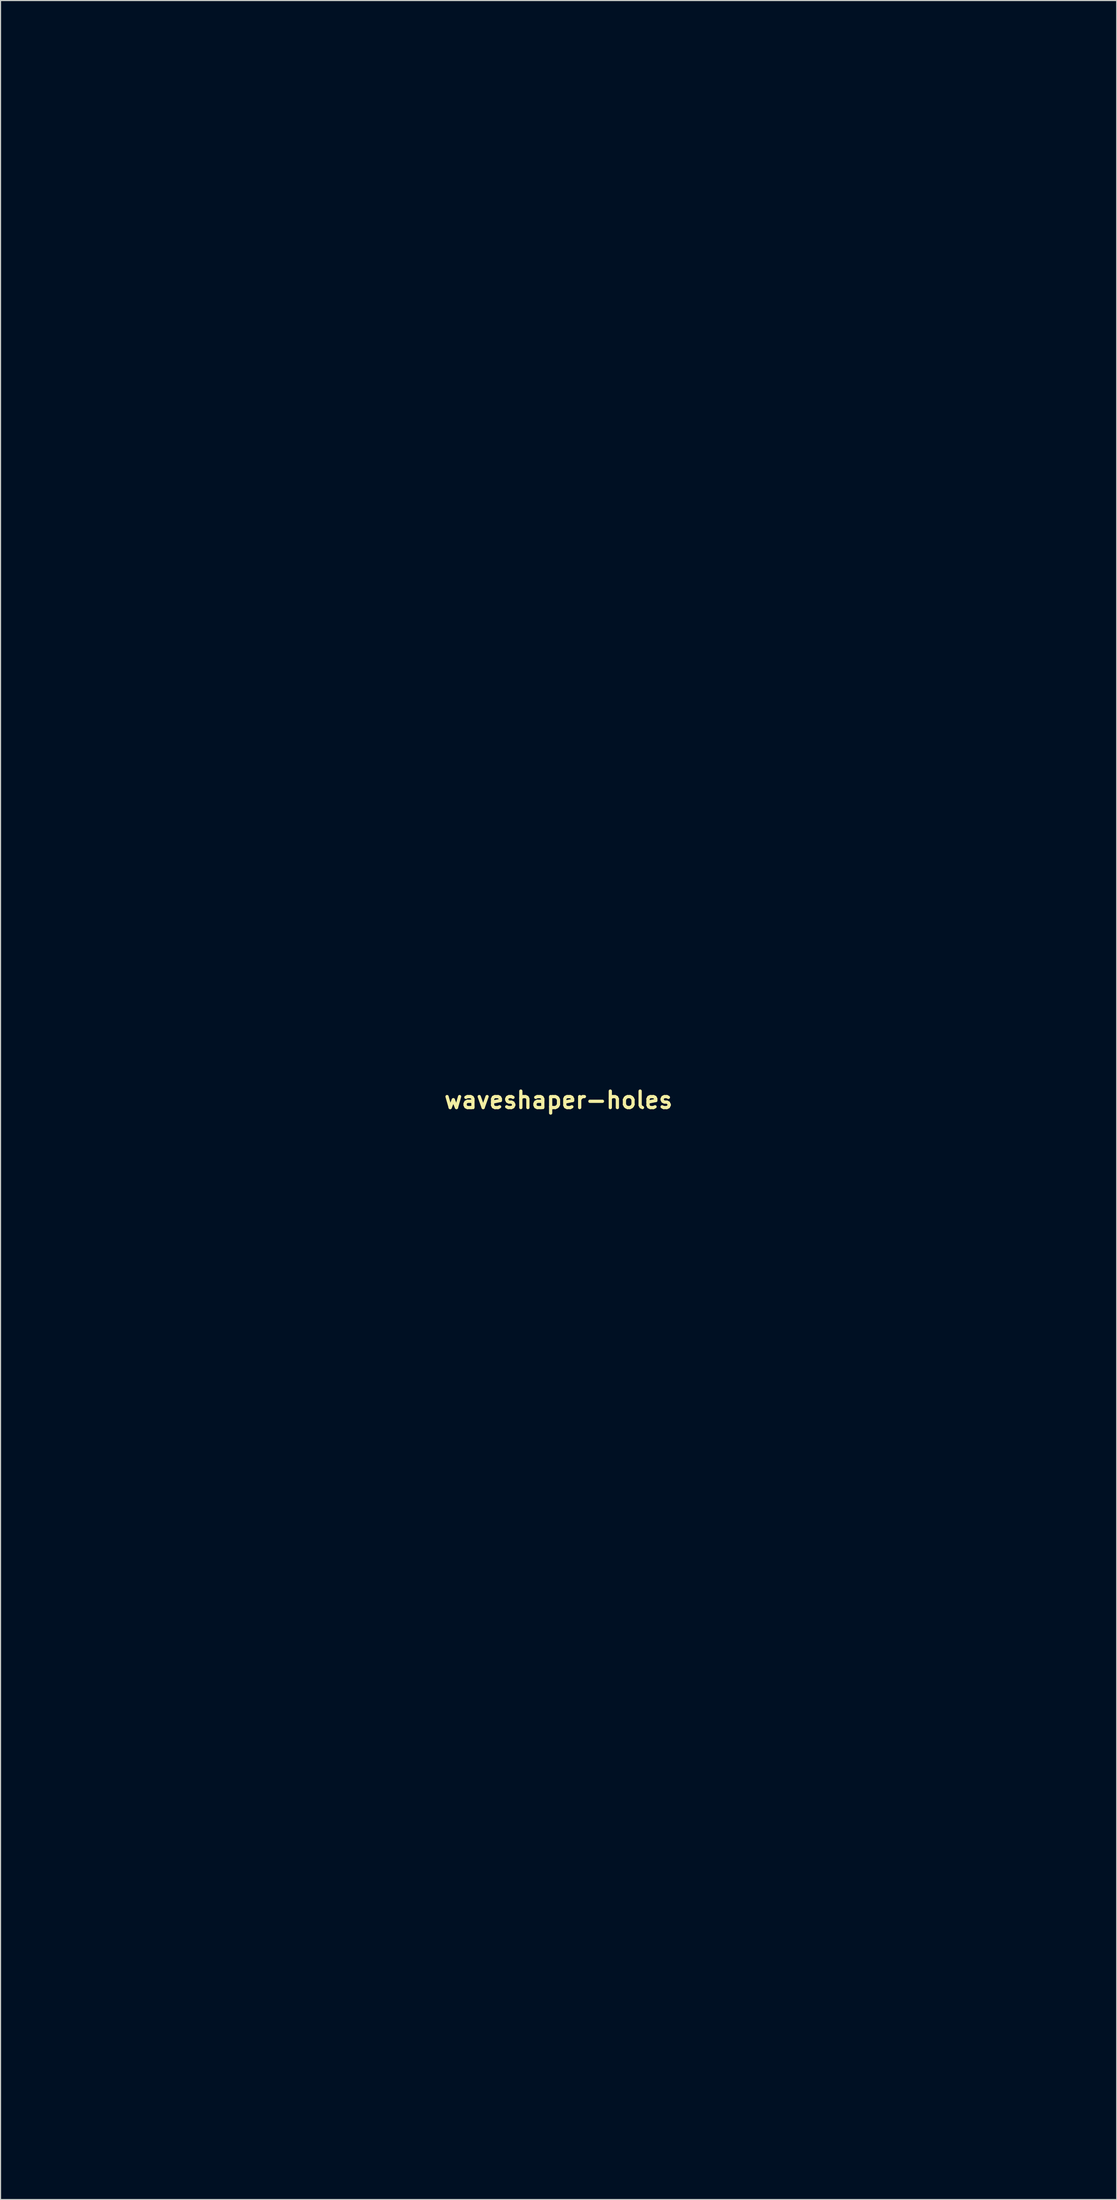
<source format=kicad_pcb>
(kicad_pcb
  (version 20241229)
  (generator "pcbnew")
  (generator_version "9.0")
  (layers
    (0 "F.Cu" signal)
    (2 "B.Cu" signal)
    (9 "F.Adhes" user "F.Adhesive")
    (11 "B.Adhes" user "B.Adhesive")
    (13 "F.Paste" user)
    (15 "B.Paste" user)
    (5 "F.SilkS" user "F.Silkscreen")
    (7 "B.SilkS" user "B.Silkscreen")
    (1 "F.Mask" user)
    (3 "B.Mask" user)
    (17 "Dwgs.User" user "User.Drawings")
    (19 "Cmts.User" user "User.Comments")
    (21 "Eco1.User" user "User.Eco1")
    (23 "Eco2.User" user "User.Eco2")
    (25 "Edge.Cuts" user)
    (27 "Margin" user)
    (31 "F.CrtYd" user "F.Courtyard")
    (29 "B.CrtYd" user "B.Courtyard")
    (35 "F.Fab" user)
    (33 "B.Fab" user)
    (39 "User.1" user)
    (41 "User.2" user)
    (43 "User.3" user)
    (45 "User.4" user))
  (footprint "waveshaper-holes"
    (layer "F.Cu")
    (at 48.588 98.611)
    (property "Reference" "waveshaper-holes" (at 0 0 0) (layer "F.SilkS") (effects (font (size 1.524 1.524) (thickness 0.3))))
    (attr through_hole)
    (fp_poly (pts (xy 45.907 -98.605) (xy 46.168 -98.603) (xy 46.418 -98.601) (xy 46.65 -98.597) (xy 46.859 -98.592) (xy 47.038 -98.586) (xy 47.182 -98.579) (xy 47.285 -98.571) (xy 47.333 -98.565) (xy 47.594 -98.485) (xy 47.837 -98.361) (xy 48.055 -98.197) (xy 48.245 -97.998) (xy 48.4 -97.769) (xy 48.517 -97.515) (xy 48.539 -97.447) (xy 48.575 -97.286) (xy 48.594 -97.099) (xy 48.596 -96.904) (xy 48.581 -96.725) (xy 48.567 -96.647) (xy 48.483 -96.395) (xy 48.358 -96.159) (xy 48.195 -95.946) (xy 48.002 -95.76) (xy 47.784 -95.608) (xy 47.547 -95.496) (xy 47.355 -95.44) (xy 47.29 -95.432) (xy 47.179 -95.425) (xy 47.029 -95.419) (xy 46.845 -95.413) (xy 46.633 -95.409) (xy 46.398 -95.406) (xy 46.146 -95.403) (xy 45.882 -95.402) (xy 45.613 -95.401) (xy 45.343 -95.402) (xy 45.079 -95.403) (xy 44.826 -95.406) (xy 44.589 -95.409) (xy 44.374 -95.413) (xy 44.187 -95.419) (xy 44.034 -95.425) (xy 43.919 -95.432) (xy 43.849 -95.44) (xy 43.845 -95.441) (xy 43.606 -95.518) (xy 43.377 -95.638) (xy 43.165 -95.796) (xy 42.979 -95.984) (xy 42.828 -96.196) (xy 42.776 -96.291) (xy 42.67 -96.559) (xy 42.614 -96.826) (xy 42.608 -97.095) (xy 42.653 -97.366) (xy 42.748 -97.642) (xy 42.779 -97.712) (xy 42.911 -97.932) (xy 43.083 -98.131) (xy 43.288 -98.301) (xy 43.517 -98.438) (xy 43.763 -98.535) (xy 43.879 -98.565) (xy 43.947 -98.573) (xy 44.061 -98.581) (xy 44.214 -98.588) (xy 44.401 -98.593) (xy 44.615 -98.598) (xy 44.852 -98.601) (xy 45.105 -98.604) (xy 45.369 -98.605) (xy 45.638 -98.606) (xy 45.907 -98.605)) (stroke (width 0.01) (type solid)) (fill no) (layer "Eco1.User"))
    (fp_poly (pts (xy 46.671 95.406) (xy 46.86 95.409) (xy 47.019 95.413) (xy 47.151 95.419) (xy 47.261 95.428) (xy 47.352 95.439) (xy 47.429 95.454) (xy 47.496 95.471) (xy 47.557 95.492) (xy 47.616 95.517) (xy 47.677 95.547) (xy 47.72 95.568) (xy 47.961 95.716) (xy 48.167 95.898) (xy 48.336 96.108) (xy 48.467 96.341) (xy 48.556 96.591) (xy 48.602 96.855) (xy 48.603 97.126) (xy 48.556 97.399) (xy 48.519 97.52) (xy 48.42 97.753) (xy 48.288 97.958) (xy 48.115 98.148) (xy 48.098 98.164) (xy 47.957 98.286) (xy 47.821 98.38) (xy 47.67 98.456) (xy 47.508 98.519) (xy 47.307 98.59) (xy 45.682 98.594) (xy 45.395 98.594) (xy 45.12 98.594) (xy 44.862 98.593) (xy 44.625 98.591) (xy 44.414 98.589) (xy 44.234 98.586) (xy 44.09 98.583) (xy 43.986 98.58) (xy 43.927 98.576) (xy 43.921 98.575) (xy 43.715 98.519) (xy 43.503 98.426) (xy 43.298 98.303) (xy 43.115 98.158) (xy 42.975 98.011) (xy 42.818 97.78) (xy 42.709 97.537) (xy 42.645 97.277) (xy 42.625 96.995) (xy 42.627 96.926) (xy 42.661 96.641) (xy 42.741 96.378) (xy 42.864 96.138) (xy 43.03 95.925) (xy 43.237 95.74) (xy 43.484 95.583) (xy 43.732 95.472) (xy 43.762 95.46) (xy 43.793 95.451) (xy 43.827 95.443) (xy 43.87 95.436) (xy 43.925 95.43) (xy 43.996 95.426) (xy 44.087 95.422) (xy 44.202 95.419) (xy 44.345 95.416) (xy 44.52 95.414) (xy 44.731 95.412) (xy 44.982 95.411) (xy 45.276 95.409) (xy 45.529 95.408) (xy 45.881 95.406) (xy 46.186 95.405) (xy 46.448 95.405) (xy 46.671 95.406)) (stroke (width 0.01) (type solid)) (fill no) (layer "Eco1.User"))
    (fp_poly (pts (xy -46.062 95.406) (xy -45.742 95.407) (xy -45.504 95.408) (xy -45.174 95.41) (xy -44.89 95.411) (xy -44.65 95.413) (xy -44.448 95.415) (xy -44.282 95.417) (xy -44.146 95.419) (xy -44.037 95.423) (xy -43.951 95.427) (xy -43.885 95.431) (xy -43.833 95.437) (xy -43.793 95.445) (xy -43.759 95.453) (xy -43.729 95.463) (xy -43.706 95.472) (xy -43.438 95.593) (xy -43.209 95.74) (xy -43.016 95.917) (xy -42.865 96.107) (xy -42.742 96.318) (xy -42.66 96.538) (xy -42.613 96.777) (xy -42.602 96.926) (xy -42.603 97.153) (xy -42.629 97.351) (xy -42.685 97.539) (xy -42.773 97.736) (xy -42.779 97.746) (xy -42.928 97.979) (xy -43.117 98.182) (xy -43.343 98.352) (xy -43.603 98.487) (xy -43.692 98.522) (xy -43.879 98.59) (xy -45.517 98.595) (xy -45.865 98.596) (xy -46.166 98.596) (xy -46.423 98.596) (xy -46.639 98.594) (xy -46.819 98.593) (xy -46.966 98.59) (xy -47.083 98.586) (xy -47.174 98.581) (xy -47.243 98.576) (xy -47.292 98.569) (xy -47.307 98.566) (xy -47.585 98.479) (xy -47.836 98.35) (xy -48.058 98.182) (xy -48.247 97.978) (xy -48.399 97.742) (xy -48.512 97.477) (xy -48.525 97.434) (xy -48.578 97.172) (xy -48.583 96.908) (xy -48.544 96.647) (xy -48.462 96.396) (xy -48.341 96.16) (xy -48.182 95.946) (xy -47.989 95.759) (xy -47.765 95.605) (xy -47.695 95.568) (xy -47.63 95.536) (xy -47.57 95.508) (xy -47.511 95.485) (xy -47.449 95.465) (xy -47.379 95.448) (xy -47.297 95.435) (xy -47.2 95.425) (xy -47.083 95.417) (xy -46.943 95.411) (xy -46.774 95.408) (xy -46.574 95.406) (xy -46.338 95.405) (xy -46.062 95.406)) (stroke (width 0.01) (type solid)) (fill no) (layer "Eco1.User"))
    (fp_poly (pts (xy -45.259 -98.59) (xy -44.971 -98.59) (xy -44.727 -98.589) (xy -44.521 -98.589) (xy -44.35 -98.587) (xy -44.21 -98.585) (xy -44.097 -98.583) (xy -44.007 -98.579) (xy -43.936 -98.575) (xy -43.88 -98.569) (xy -43.835 -98.563) (xy -43.797 -98.554) (xy -43.762 -98.545) (xy -43.726 -98.534) (xy -43.473 -98.428) (xy -43.241 -98.281) (xy -43.036 -98.099) (xy -42.864 -97.887) (xy -42.73 -97.652) (xy -42.639 -97.398) (xy -42.632 -97.368) (xy -42.603 -97.171) (xy -42.599 -96.951) (xy -42.619 -96.73) (xy -42.662 -96.527) (xy -42.68 -96.47) (xy -42.796 -96.214) (xy -42.954 -95.986) (xy -43.152 -95.789) (xy -43.39 -95.622) (xy -43.665 -95.488) (xy -43.706 -95.471) (xy -43.736 -95.46) (xy -43.767 -95.451) (xy -43.801 -95.443) (xy -43.843 -95.436) (xy -43.897 -95.43) (xy -43.967 -95.426) (xy -44.057 -95.422) (xy -44.17 -95.419) (xy -44.311 -95.417) (xy -44.484 -95.415) (xy -44.692 -95.413) (xy -44.939 -95.412) (xy -45.23 -95.411) (xy -45.529 -95.41) (xy -45.864 -95.409) (xy -46.152 -95.408) (xy -46.397 -95.408) (xy -46.603 -95.408) (xy -46.774 -95.409) (xy -46.915 -95.411) (xy -47.029 -95.413) (xy -47.121 -95.417) (xy -47.194 -95.421) (xy -47.253 -95.426) (xy -47.301 -95.433) (xy -47.342 -95.441) (xy -47.381 -95.451) (xy -47.391 -95.453) (xy -47.652 -95.547) (xy -47.887 -95.681) (xy -48.092 -95.848) (xy -48.265 -96.046) (xy -48.404 -96.268) (xy -48.505 -96.509) (xy -48.565 -96.764) (xy -48.583 -97.028) (xy -48.555 -97.297) (xy -48.501 -97.501) (xy -48.432 -97.682) (xy -48.351 -97.834) (xy -48.248 -97.976) (xy -48.152 -98.085) (xy -47.966 -98.259) (xy -47.766 -98.393) (xy -47.536 -98.499) (xy -47.499 -98.512) (xy -47.282 -98.59) (xy -45.593 -98.59) (xy -45.259 -98.59)) (stroke (width 0.01) (type solid)) (fill no) (layer "Eco1.User"))
    (fp_poly (pts (xy 0.306 -60.482) (xy 0.548 -60.458) (xy 0.703 -60.431) (xy 1.122 -60.317) (xy 1.514 -60.159) (xy 1.879 -59.96) (xy 2.214 -59.721) (xy 2.517 -59.443) (xy 2.788 -59.128) (xy 3.022 -58.777) (xy 3.178 -58.484) (xy 3.329 -58.111) (xy 3.434 -57.725) (xy 3.492 -57.322) (xy 3.505 -56.998) (xy 3.481 -56.573) (xy 3.408 -56.164) (xy 3.288 -55.771) (xy 3.123 -55.397) (xy 2.913 -55.044) (xy 2.66 -54.716) (xy 2.365 -54.413) (xy 2.039 -54.146) (xy 1.911 -54.062) (xy 1.751 -53.969) (xy 1.573 -53.876) (xy 1.393 -53.789) (xy 1.227 -53.719) (xy 1.143 -53.688) (xy 0.871 -53.61) (xy 0.573 -53.553) (xy 0.265 -53.516) (xy -0.037 -53.502) (xy -0.315 -53.513) (xy -0.36 -53.518) (xy -0.774 -53.59) (xy -1.17 -53.708) (xy -1.545 -53.87) (xy -1.896 -54.072) (xy -2.22 -54.311) (xy -2.515 -54.586) (xy -2.777 -54.894) (xy -3.003 -55.231) (xy -3.191 -55.596) (xy -3.337 -55.985) (xy -3.416 -56.286) (xy -3.442 -56.445) (xy -3.461 -56.639) (xy -3.472 -56.852) (xy -3.475 -57.07) (xy -3.473 -57.125) (xy -2.489 -57.125) (xy -2.489 -56.871) (xy -0.127 -56.871) (xy -0.127 -54.508) (xy 0.152 -54.508) (xy 0.152 -56.871) (xy 2.515 -56.871) (xy 2.515 -57.125) (xy 0.153 -57.125) (xy 0.14 -59.499) (xy -0.114 -59.499) (xy -0.121 -58.312) (xy -0.128 -57.125) (xy -2.489 -57.125) (xy -3.473 -57.125) (xy -3.469 -57.276) (xy -3.454 -57.457) (xy -3.446 -57.519) (xy -3.355 -57.937) (xy -3.219 -58.334) (xy -3.04 -58.707) (xy -2.819 -59.053) (xy -2.559 -59.371) (xy -2.262 -59.657) (xy -1.928 -59.908) (xy -1.664 -60.068) (xy -1.331 -60.227) (xy -0.974 -60.355) (xy -0.685 -60.43) (xy -0.467 -60.465) (xy -0.218 -60.485) (xy 0.046 -60.491) (xy 0.306 -60.482)) (stroke (width 0.01) (type solid)) (fill no) (layer "Eco1.User"))
    (fp_poly (pts (xy 0.185 -20.485) (xy 0.412 -20.471) (xy 0.615 -20.448) (xy 0.735 -20.426) (xy 1.15 -20.309) (xy 1.538 -20.149) (xy 1.9 -19.945) (xy 2.236 -19.698) (xy 2.416 -19.538) (xy 2.704 -19.231) (xy 2.949 -18.899) (xy 3.152 -18.54) (xy 3.313 -18.151) (xy 3.42 -17.795) (xy 3.459 -17.593) (xy 3.486 -17.358) (xy 3.501 -17.107) (xy 3.502 -16.854) (xy 3.489 -16.618) (xy 3.469 -16.447) (xy 3.378 -16.044) (xy 3.243 -15.661) (xy 3.067 -15.3) (xy 2.853 -14.964) (xy 2.604 -14.655) (xy 2.323 -14.378) (xy 2.013 -14.133) (xy 1.677 -13.925) (xy 1.319 -13.756) (xy 0.942 -13.628) (xy 0.548 -13.546) (xy 0.279 -13.518) (xy 0.127 -13.512) (xy -0.046 -13.511) (xy -0.208 -13.515) (xy -0.254 -13.517) (xy -0.654 -13.568) (xy -1.044 -13.667) (xy -1.419 -13.81) (xy -1.774 -13.996) (xy -2.107 -14.221) (xy -2.412 -14.482) (xy -2.687 -14.778) (xy -2.926 -15.105) (xy -3.121 -15.45) (xy -3.239 -15.71) (xy -3.33 -15.951) (xy -3.394 -16.186) (xy -3.437 -16.429) (xy -3.46 -16.694) (xy -3.467 -16.993) (xy -3.466 -17.12) (xy -2.489 -17.12) (xy -2.489 -16.866) (xy -0.127 -16.866) (xy -0.127 -14.503) (xy 0.152 -14.503) (xy 0.152 -16.866) (xy 2.515 -16.866) (xy 2.515 -17.12) (xy 0.152 -17.12) (xy 0.152 -19.507) (xy -0.127 -19.507) (xy -0.127 -17.12) (xy -2.489 -17.12) (xy -3.466 -17.12) (xy -3.465 -17.208) (xy -3.458 -17.386) (xy -3.444 -17.54) (xy -3.422 -17.681) (xy -3.389 -17.824) (xy -3.343 -17.982) (xy -3.314 -18.074) (xy -3.161 -18.467) (xy -2.966 -18.832) (xy -2.731 -19.168) (xy -2.46 -19.473) (xy -2.155 -19.743) (xy -1.818 -19.977) (xy -1.452 -20.173) (xy -1.059 -20.329) (xy -0.66 -20.437) (xy -0.487 -20.464) (xy -0.279 -20.481) (xy -0.05 -20.488) (xy 0.185 -20.485)) (stroke (width 0.01) (type solid)) (fill no) (layer "Eco1.User"))
    (fp_poly (pts (xy -29.286 70.053) (xy -28.821 70.141) (xy -28.367 70.272) (xy -27.929 70.446) (xy -27.509 70.66) (xy -27.11 70.914) (xy -26.735 71.206) (xy -26.387 71.536) (xy -26.069 71.901) (xy -25.783 72.302) (xy -25.534 72.736) (xy -25.529 72.746) (xy -25.329 73.195) (xy -25.175 73.659) (xy -25.068 74.133) (xy -25.007 74.613) (xy -24.993 75.096) (xy -25.024 75.577) (xy -25.102 76.052) (xy -25.225 76.519) (xy -25.394 76.972) (xy -25.608 77.408) (xy -25.799 77.724) (xy -26.103 78.14) (xy -26.438 78.517) (xy -26.806 78.854) (xy -27.207 79.153) (xy -27.641 79.414) (xy -27.763 79.477) (xy -28.191 79.665) (xy -28.643 79.812) (xy -29.112 79.918) (xy -29.591 79.979) (xy -30.07 79.996) (xy -30.353 79.984) (xy -30.844 79.924) (xy -31.32 79.817) (xy -31.779 79.665) (xy -32.217 79.472) (xy -32.632 79.238) (xy -33.022 78.968) (xy -33.385 78.662) (xy -33.717 78.323) (xy -34.016 77.955) (xy -34.279 77.558) (xy -34.505 77.136) (xy -34.69 76.691) (xy -34.833 76.224) (xy -34.93 75.74) (xy -34.936 75.696) (xy -34.969 75.354) (xy -34.977 74.986) (xy -34.973 74.879) (xy -32.487 74.879) (xy -32.487 75.133) (xy -30.124 75.133) (xy -30.124 77.495) (xy -29.845 77.495) (xy -29.845 75.133) (xy -27.483 75.133) (xy -27.483 74.879) (xy -29.844 74.879) (xy -29.858 72.504) (xy -29.991 72.497) (xy -30.124 72.489) (xy -30.124 74.879) (xy -32.487 74.879) (xy -34.973 74.879) (xy -34.962 74.609) (xy -34.925 74.241) (xy -34.865 73.9) (xy -34.861 73.88) (xy -34.73 73.413) (xy -34.553 72.963) (xy -34.333 72.532) (xy -34.073 72.125) (xy -33.775 71.745) (xy -33.442 71.394) (xy -33.078 71.076) (xy -32.684 70.795) (xy -32.264 70.552) (xy -31.82 70.352) (xy -31.686 70.302) (xy -31.206 70.156) (xy -30.723 70.059) (xy -30.24 70.011) (xy -29.76 70.009) (xy -29.286 70.053)) (stroke (width 0.01) (type solid)) (fill no) (layer "Eco1.User"))
    (fp_poly (pts (xy 30.259 39.517) (xy 30.483 39.535) (xy 30.677 39.564) (xy 30.701 39.569) (xy 31.054 39.66) (xy 31.377 39.778) (xy 31.685 39.929) (xy 31.972 40.105) (xy 32.289 40.347) (xy 32.577 40.628) (xy 32.833 40.941) (xy 33.053 41.282) (xy 33.234 41.645) (xy 33.371 42.024) (xy 33.462 42.414) (xy 33.462 42.416) (xy 33.484 42.592) (xy 33.497 42.798) (xy 33.501 43.017) (xy 33.497 43.233) (xy 33.483 43.429) (xy 33.465 43.564) (xy 33.369 43.978) (xy 33.228 44.37) (xy 33.045 44.738) (xy 32.824 45.078) (xy 32.567 45.388) (xy 32.276 45.667) (xy 31.954 45.91) (xy 31.604 46.115) (xy 31.228 46.28) (xy 30.829 46.401) (xy 30.64 46.442) (xy 30.472 46.466) (xy 30.277 46.483) (xy 30.072 46.493) (xy 29.874 46.495) (xy 29.702 46.487) (xy 29.642 46.481) (xy 29.218 46.405) (xy 28.815 46.284) (xy 28.436 46.12) (xy 28.083 45.915) (xy 27.758 45.673) (xy 27.464 45.395) (xy 27.204 45.083) (xy 26.98 44.74) (xy 26.795 44.368) (xy 26.65 43.969) (xy 26.578 43.688) (xy 26.554 43.541) (xy 26.538 43.357) (xy 26.53 43.15) (xy 26.528 42.934) (xy 26.53 42.875) (xy 27.508 42.875) (xy 27.508 43.129) (xy 29.87 43.129) (xy 29.87 45.491) (xy 30.15 45.491) (xy 30.15 43.129) (xy 32.512 43.129) (xy 32.512 42.875) (xy 30.15 42.875) (xy 30.137 40.5) (xy 29.883 40.5) (xy 29.876 41.688) (xy 29.87 42.875) (xy 27.508 42.875) (xy 26.53 42.875) (xy 26.534 42.723) (xy 26.548 42.529) (xy 26.568 42.367) (xy 26.578 42.318) (xy 26.694 41.9) (xy 26.852 41.508) (xy 27.052 41.143) (xy 27.289 40.809) (xy 27.562 40.506) (xy 27.869 40.238) (xy 28.207 40.006) (xy 28.574 39.814) (xy 28.968 39.663) (xy 29.381 39.556) (xy 29.566 39.529) (xy 29.785 39.514) (xy 30.021 39.51) (xy 30.259 39.517)) (stroke (width 0.01) (type solid)) (fill no) (layer "Eco1.User"))
    (fp_poly (pts (xy 30.474 70.022) (xy 30.957 70.092) (xy 31.43 70.208) (xy 31.89 70.37) (xy 32.333 70.576) (xy 32.756 70.825) (xy 33.154 71.115) (xy 33.524 71.446) (xy 33.554 71.476) (xy 33.891 71.85) (xy 34.187 72.253) (xy 34.44 72.681) (xy 34.648 73.133) (xy 34.811 73.606) (xy 34.928 74.098) (xy 34.962 74.298) (xy 34.983 74.491) (xy 34.995 74.718) (xy 35 74.964) (xy 34.997 75.213) (xy 34.986 75.449) (xy 34.967 75.657) (xy 34.961 75.696) (xy 34.869 76.182) (xy 34.731 76.648) (xy 34.551 77.093) (xy 34.331 77.515) (xy 34.073 77.911) (xy 33.781 78.279) (xy 33.457 78.617) (xy 33.102 78.924) (xy 32.722 79.196) (xy 32.316 79.432) (xy 31.889 79.63) (xy 31.443 79.788) (xy 30.98 79.903) (xy 30.504 79.974) (xy 30.016 79.998) (xy 29.642 79.984) (xy 29.149 79.922) (xy 28.67 79.813) (xy 28.209 79.66) (xy 27.769 79.464) (xy 27.351 79.228) (xy 26.959 78.954) (xy 26.595 78.644) (xy 26.261 78.301) (xy 25.962 77.927) (xy 25.698 77.523) (xy 25.473 77.093) (xy 25.29 76.639) (xy 25.157 76.187) (xy 25.068 75.724) (xy 25.024 75.247) (xy 25.025 74.879) (xy 27.508 74.879) (xy 27.508 75.133) (xy 29.87 75.133) (xy 29.87 77.495) (xy 30.15 77.495) (xy 30.15 75.133) (xy 32.512 75.133) (xy 32.512 74.879) (xy 30.15 74.879) (xy 30.15 72.489) (xy 30.016 72.497) (xy 29.883 72.504) (xy 29.876 73.692) (xy 29.87 74.879) (xy 27.508 74.879) (xy 25.025 74.879) (xy 25.025 74.766) (xy 25.069 74.287) (xy 25.156 73.819) (xy 25.286 73.369) (xy 25.325 73.262) (xy 25.523 72.802) (xy 25.764 72.369) (xy 26.043 71.966) (xy 26.358 71.594) (xy 26.706 71.255) (xy 27.085 70.953) (xy 27.492 70.688) (xy 27.925 70.463) (xy 28.379 70.28) (xy 28.854 70.141) (xy 29.346 70.048) (xy 29.495 70.029) (xy 29.986 70.001) (xy 30.474 70.022)) (stroke (width 0.01) (type solid)) (fill no) (layer "Eco1.User"))
    (fp_poly (pts (xy -29.343 -61.956) (xy -28.879 -61.874) (xy -28.425 -61.747) (xy -27.985 -61.579) (xy -27.56 -61.368) (xy -27.156 -61.117) (xy -26.774 -60.826) (xy -26.418 -60.496) (xy -26.091 -60.128) (xy -25.796 -59.723) (xy -25.788 -59.711) (xy -25.545 -59.292) (xy -25.345 -58.851) (xy -25.19 -58.392) (xy -25.079 -57.92) (xy -25.014 -57.439) (xy -24.994 -56.953) (xy -25.02 -56.468) (xy -25.094 -55.987) (xy -25.214 -55.515) (xy -25.274 -55.336) (xy -25.462 -54.877) (xy -25.692 -54.445) (xy -25.96 -54.042) (xy -26.264 -53.669) (xy -26.6 -53.329) (xy -26.965 -53.024) (xy -27.358 -52.754) (xy -27.774 -52.522) (xy -28.21 -52.331) (xy -28.665 -52.181) (xy -29.135 -52.075) (xy -29.616 -52.014) (xy -30.107 -52.001) (xy -30.467 -52.022) (xy -30.929 -52.091) (xy -31.39 -52.206) (xy -31.845 -52.365) (xy -32.283 -52.565) (xy -32.698 -52.802) (xy -32.994 -53.007) (xy -33.135 -53.12) (xy -33.295 -53.262) (xy -33.462 -53.418) (xy -33.623 -53.579) (xy -33.766 -53.732) (xy -33.865 -53.847) (xy -34.163 -54.256) (xy -34.417 -54.692) (xy -34.628 -55.152) (xy -34.794 -55.635) (xy -34.89 -56.016) (xy -34.925 -56.224) (xy -34.951 -56.468) (xy -34.968 -56.733) (xy -34.975 -57.005) (xy -34.974 -57.125) (xy -32.487 -57.125) (xy -32.487 -56.871) (xy -30.124 -56.871) (xy -30.124 -54.508) (xy -29.845 -54.508) (xy -29.845 -56.871) (xy -27.483 -56.871) (xy -27.483 -57.125) (xy -29.844 -57.125) (xy -29.858 -59.499) (xy -30.112 -59.499) (xy -30.118 -58.312) (xy -30.125 -57.125) (xy -32.487 -57.125) (xy -34.974 -57.125) (xy -34.972 -57.27) (xy -34.958 -57.514) (xy -34.939 -57.683) (xy -34.843 -58.179) (xy -34.7 -58.657) (xy -34.514 -59.114) (xy -34.285 -59.548) (xy -34.016 -59.956) (xy -33.709 -60.335) (xy -33.366 -60.682) (xy -32.988 -60.996) (xy -32.578 -61.272) (xy -32.169 -61.494) (xy -31.709 -61.69) (xy -31.24 -61.837) (xy -30.766 -61.936) (xy -30.29 -61.989) (xy -29.815 -61.995) (xy -29.343 -61.956)) (stroke (width 0.01) (type solid)) (fill no) (layer "Eco1.User"))
    (fp_poly (pts (xy -29.343 38.043) (xy -28.879 38.126) (xy -28.425 38.252) (xy -27.985 38.421) (xy -27.56 38.632) (xy -27.156 38.883) (xy -26.774 39.174) (xy -26.418 39.504) (xy -26.091 39.872) (xy -25.796 40.277) (xy -25.788 40.289) (xy -25.545 40.708) (xy -25.345 41.149) (xy -25.19 41.607) (xy -25.079 42.08) (xy -25.014 42.561) (xy -24.994 43.047) (xy -25.02 43.532) (xy -25.094 44.013) (xy -25.214 44.485) (xy -25.274 44.664) (xy -25.462 45.123) (xy -25.692 45.555) (xy -25.96 45.958) (xy -26.264 46.33) (xy -26.6 46.671) (xy -26.965 46.976) (xy -27.358 47.246) (xy -27.774 47.477) (xy -28.21 47.669) (xy -28.665 47.819) (xy -29.135 47.925) (xy -29.616 47.985) (xy -30.107 47.999) (xy -30.467 47.977) (xy -30.929 47.909) (xy -31.39 47.794) (xy -31.845 47.635) (xy -32.283 47.435) (xy -32.698 47.197) (xy -32.994 46.993) (xy -33.135 46.879) (xy -33.295 46.738) (xy -33.462 46.581) (xy -33.623 46.42) (xy -33.766 46.268) (xy -33.865 46.153) (xy -34.163 45.743) (xy -34.417 45.308) (xy -34.628 44.847) (xy -34.794 44.365) (xy -34.89 43.984) (xy -34.925 43.776) (xy -34.951 43.532) (xy -34.968 43.267) (xy -34.975 42.995) (xy -34.974 42.875) (xy -32.487 42.875) (xy -32.487 43.129) (xy -30.124 43.129) (xy -30.124 45.491) (xy -29.845 45.491) (xy -29.845 43.129) (xy -27.483 43.129) (xy -27.483 42.875) (xy -29.844 42.875) (xy -29.858 40.5) (xy -30.112 40.5) (xy -30.118 41.688) (xy -30.125 42.875) (xy -32.487 42.875) (xy -34.974 42.875) (xy -34.972 42.73) (xy -34.958 42.486) (xy -34.939 42.316) (xy -34.843 41.82) (xy -34.7 41.343) (xy -34.514 40.885) (xy -34.285 40.452) (xy -34.016 40.044) (xy -33.709 39.665) (xy -33.366 39.318) (xy -32.988 39.004) (xy -32.578 38.728) (xy -32.169 38.506) (xy -31.709 38.31) (xy -31.24 38.163) (xy -30.766 38.064) (xy -30.29 38.011) (xy -29.815 38.005) (xy -29.343 38.043)) (stroke (width 0.01) (type solid)) (fill no) (layer "Eco1.User"))
    (fp_poly (pts (xy 30.545 -0.457) (xy 30.95 -0.373) (xy 31.021 -0.353) (xy 31.404 -0.214) (xy 31.764 -0.032) (xy 32.099 0.19) (xy 32.405 0.45) (xy 32.681 0.743) (xy 32.922 1.067) (xy 33.127 1.418) (xy 33.292 1.794) (xy 33.414 2.19) (xy 33.465 2.435) (xy 33.486 2.602) (xy 33.498 2.803) (xy 33.501 3.021) (xy 33.496 3.239) (xy 33.481 3.44) (xy 33.462 3.583) (xy 33.37 3.981) (xy 33.232 4.362) (xy 33.051 4.724) (xy 32.83 5.063) (xy 32.573 5.375) (xy 32.282 5.656) (xy 31.961 5.902) (xy 31.613 6.11) (xy 31.241 6.275) (xy 31.183 6.296) (xy 30.906 6.378) (xy 30.604 6.44) (xy 30.292 6.48) (xy 29.986 6.497) (xy 29.7 6.488) (xy 29.578 6.475) (xy 29.16 6.394) (xy 28.763 6.267) (xy 28.389 6.098) (xy 28.041 5.888) (xy 27.721 5.641) (xy 27.432 5.358) (xy 27.177 5.041) (xy 26.957 4.694) (xy 26.777 4.319) (xy 26.637 3.918) (xy 26.578 3.682) (xy 26.554 3.535) (xy 26.538 3.351) (xy 26.53 3.145) (xy 26.528 2.929) (xy 26.53 2.87) (xy 27.508 2.87) (xy 27.508 3.124) (xy 29.87 3.124) (xy 29.87 4.301) (xy 29.871 4.541) (xy 29.872 4.765) (xy 29.874 4.969) (xy 29.876 5.146) (xy 29.879 5.293) (xy 29.882 5.403) (xy 29.885 5.473) (xy 29.889 5.496) (xy 29.923 5.505) (xy 29.988 5.508) (xy 30.022 5.507) (xy 30.137 5.499) (xy 30.15 3.124) (xy 32.512 3.124) (xy 32.512 2.87) (xy 30.15 2.87) (xy 30.15 0.508) (xy 29.87 0.508) (xy 29.87 2.87) (xy 27.508 2.87) (xy 26.53 2.87) (xy 26.534 2.718) (xy 26.548 2.524) (xy 26.568 2.362) (xy 26.578 2.312) (xy 26.693 1.896) (xy 26.852 1.505) (xy 27.051 1.141) (xy 27.288 0.807) (xy 27.562 0.504) (xy 27.871 0.236) (xy 28.211 0.004) (xy 28.582 -0.188) (xy 28.914 -0.318) (xy 29.31 -0.424) (xy 29.718 -0.483) (xy 30.132 -0.494) (xy 30.545 -0.457)) (stroke (width 0.01) (type solid)) (fill no) (layer "Eco1.User"))
    (fp_poly (pts (xy -29.672 56.519) (xy -29.459 56.54) (xy -29.388 56.551) (xy -28.99 56.646) (xy -28.607 56.787) (xy -28.243 56.971) (xy -27.904 57.195) (xy -27.591 57.456) (xy -27.311 57.75) (xy -27.066 58.074) (xy -26.862 58.425) (xy -26.808 58.537) (xy -26.66 58.921) (xy -26.558 59.32) (xy -26.504 59.729) (xy -26.496 60.142) (xy -26.536 60.554) (xy -26.624 60.96) (xy -26.684 61.154) (xy -26.835 61.515) (xy -27.03 61.862) (xy -27.266 62.188) (xy -27.537 62.488) (xy -27.839 62.756) (xy -28.168 62.988) (xy -28.43 63.135) (xy -28.586 63.205) (xy -28.774 63.277) (xy -28.977 63.345) (xy -29.178 63.402) (xy -29.324 63.437) (xy -29.455 63.457) (xy -29.621 63.473) (xy -29.808 63.484) (xy -30.001 63.489) (xy -30.185 63.489) (xy -30.345 63.482) (xy -30.439 63.473) (xy -30.849 63.391) (xy -31.24 63.265) (xy -31.61 63.096) (xy -31.955 62.888) (xy -32.273 62.642) (xy -32.56 62.364) (xy -32.814 62.054) (xy -33.033 61.716) (xy -33.211 61.353) (xy -33.348 60.967) (xy -33.437 60.581) (xy -33.459 60.404) (xy -33.472 60.198) (xy -33.476 59.978) (xy -33.474 59.868) (xy -32.487 59.868) (xy -32.487 60.122) (xy -30.124 60.122) (xy -30.124 61.299) (xy -30.124 61.538) (xy -30.123 61.763) (xy -30.121 61.966) (xy -30.119 62.144) (xy -30.116 62.29) (xy -30.113 62.401) (xy -30.11 62.47) (xy -30.106 62.494) (xy -30.072 62.503) (xy -30.007 62.506) (xy -29.973 62.504) (xy -29.858 62.497) (xy -29.844 60.122) (xy -27.483 60.122) (xy -27.483 59.868) (xy -29.845 59.868) (xy -29.845 57.506) (xy -30.124 57.506) (xy -30.124 59.868) (xy -32.487 59.868) (xy -33.474 59.868) (xy -33.471 59.761) (xy -33.458 59.564) (xy -33.44 59.433) (xy -33.344 59.021) (xy -33.203 58.631) (xy -33.021 58.265) (xy -32.8 57.925) (xy -32.542 57.615) (xy -32.252 57.337) (xy -31.931 57.093) (xy -31.582 56.887) (xy -31.208 56.722) (xy -30.812 56.6) (xy -30.582 56.552) (xy -30.382 56.526) (xy -30.152 56.512) (xy -29.909 56.51) (xy -29.672 56.519)) (stroke (width 0.01) (type solid)) (fill no) (layer "Eco1.User"))
    (fp_poly (pts (xy -29.656 -21.985) (xy -29.193 -21.933) (xy -28.736 -21.838) (xy -28.287 -21.7) (xy -27.851 -21.518) (xy -27.43 -21.293) (xy -27.027 -21.025) (xy -26.646 -20.714) (xy -26.456 -20.534) (xy -26.122 -20.165) (xy -25.83 -19.772) (xy -25.582 -19.358) (xy -25.377 -18.927) (xy -25.215 -18.482) (xy -25.097 -18.025) (xy -25.023 -17.561) (xy -24.992 -17.093) (xy -25.006 -16.624) (xy -25.063 -16.156) (xy -25.165 -15.694) (xy -25.311 -15.241) (xy -25.502 -14.8) (xy -25.737 -14.374) (xy -26.017 -13.967) (xy -26.169 -13.776) (xy -26.508 -13.412) (xy -26.879 -13.086) (xy -27.281 -12.798) (xy -27.709 -12.552) (xy -28.159 -12.348) (xy -28.629 -12.191) (xy -28.988 -12.104) (xy -29.125 -12.078) (xy -29.253 -12.057) (xy -29.385 -12.041) (xy -29.533 -12.027) (xy -29.708 -12.015) (xy -29.883 -12.005) (xy -29.973 -12.003) (xy -30.096 -12.005) (xy -30.232 -12.01) (xy -30.328 -12.015) (xy -30.818 -12.072) (xy -31.294 -12.176) (xy -31.753 -12.324) (xy -32.191 -12.515) (xy -32.607 -12.745) (xy -32.998 -13.013) (xy -33.362 -13.316) (xy -33.696 -13.652) (xy -33.997 -14.018) (xy -34.262 -14.412) (xy -34.491 -14.832) (xy -34.679 -15.276) (xy -34.824 -15.74) (xy -34.924 -16.223) (xy -34.936 -16.303) (xy -34.957 -16.503) (xy -34.97 -16.734) (xy -34.975 -16.982) (xy -34.973 -17.12) (xy -32.487 -17.12) (xy -32.487 -16.866) (xy -30.124 -16.866) (xy -30.124 -14.503) (xy -29.845 -14.503) (xy -29.845 -16.866) (xy -27.483 -16.866) (xy -27.483 -17.12) (xy -29.844 -17.12) (xy -29.858 -19.494) (xy -29.991 -19.502) (xy -30.124 -19.51) (xy -30.124 -17.12) (xy -32.487 -17.12) (xy -34.973 -17.12) (xy -34.972 -17.23) (xy -34.961 -17.462) (xy -34.941 -17.663) (xy -34.936 -17.701) (xy -34.838 -18.201) (xy -34.694 -18.682) (xy -34.504 -19.142) (xy -34.27 -19.578) (xy -33.991 -19.99) (xy -33.67 -20.375) (xy -33.541 -20.51) (xy -33.173 -20.847) (xy -32.781 -21.14) (xy -32.37 -21.39) (xy -31.941 -21.597) (xy -31.499 -21.761) (xy -31.046 -21.882) (xy -30.585 -21.96) (xy -30.121 -21.994) (xy -29.656 -21.985)) (stroke (width 0.01) (type solid)) (fill no) (layer "Eco1.User"))
    (fp_poly (pts (xy 30.38 -40.475) (xy 30.586 -40.45) (xy 30.993 -40.357) (xy 31.38 -40.219) (xy 31.744 -40.039) (xy 32.083 -39.818) (xy 32.393 -39.562) (xy 32.672 -39.27) (xy 32.916 -38.948) (xy 33.124 -38.597) (xy 33.291 -38.22) (xy 33.416 -37.819) (xy 33.439 -37.719) (xy 33.465 -37.564) (xy 33.483 -37.373) (xy 33.495 -37.161) (xy 33.498 -36.943) (xy 33.493 -36.734) (xy 33.48 -36.548) (xy 33.468 -36.456) (xy 33.379 -36.055) (xy 33.245 -35.669) (xy 33.067 -35.302) (xy 32.848 -34.959) (xy 32.593 -34.643) (xy 32.302 -34.359) (xy 31.981 -34.111) (xy 31.649 -33.912) (xy 31.349 -33.768) (xy 31.065 -33.66) (xy 30.781 -33.585) (xy 30.484 -33.539) (xy 30.158 -33.517) (xy 30.112 -33.516) (xy 29.966 -33.514) (xy 29.831 -33.513) (xy 29.719 -33.514) (xy 29.641 -33.517) (xy 29.616 -33.519) (xy 29.199 -33.596) (xy 28.8 -33.719) (xy 28.422 -33.886) (xy 28.068 -34.094) (xy 27.743 -34.341) (xy 27.448 -34.626) (xy 27.186 -34.945) (xy 26.962 -35.297) (xy 26.872 -35.47) (xy 26.726 -35.805) (xy 26.622 -36.132) (xy 26.556 -36.465) (xy 26.526 -36.815) (xy 26.526 -37.122) (xy 26.527 -37.135) (xy 27.506 -37.135) (xy 27.513 -37.001) (xy 27.521 -36.868) (xy 28.696 -36.861) (xy 29.87 -36.855) (xy 29.87 -35.691) (xy 29.871 -35.453) (xy 29.872 -35.23) (xy 29.873 -35.028) (xy 29.876 -34.852) (xy 29.878 -34.707) (xy 29.881 -34.598) (xy 29.884 -34.531) (xy 29.887 -34.51) (xy 29.921 -34.5) (xy 29.987 -34.494) (xy 30.027 -34.493) (xy 30.15 -34.493) (xy 30.15 -36.855) (xy 32.512 -36.855) (xy 32.512 -37.135) (xy 30.15 -37.135) (xy 30.15 -39.497) (xy 29.87 -39.497) (xy 29.87 -37.135) (xy 27.506 -37.135) (xy 26.527 -37.135) (xy 26.564 -37.549) (xy 26.648 -37.955) (xy 26.778 -38.339) (xy 26.954 -38.702) (xy 27.176 -39.044) (xy 27.445 -39.366) (xy 27.489 -39.412) (xy 27.8 -39.701) (xy 28.128 -39.944) (xy 28.477 -40.143) (xy 28.853 -40.3) (xy 29.192 -40.402) (xy 29.394 -40.442) (xy 29.629 -40.469) (xy 29.883 -40.484) (xy 30.138 -40.486) (xy 30.38 -40.475)) (stroke (width 0.01) (type solid)) (fill no) (layer "Eco1.User"))
    (fp_poly (pts (xy -29.352 -81.954) (xy -28.895 -81.877) (xy -28.791 -81.853) (xy -28.327 -81.715) (xy -27.878 -81.531) (xy -27.449 -81.303) (xy -27.043 -81.035) (xy -26.664 -80.73) (xy -26.317 -80.39) (xy -26.004 -80.018) (xy -25.73 -79.618) (xy -25.613 -79.415) (xy -25.395 -78.972) (xy -25.227 -78.528) (xy -25.105 -78.077) (xy -25.03 -77.614) (xy -24.998 -77.132) (xy -25.001 -76.811) (xy -25.043 -76.305) (xy -25.132 -75.818) (xy -25.268 -75.348) (xy -25.452 -74.895) (xy -25.685 -74.457) (xy -25.819 -74.244) (xy -26.12 -73.836) (xy -26.455 -73.464) (xy -26.822 -73.131) (xy -27.218 -72.838) (xy -27.642 -72.586) (xy -28.09 -72.376) (xy -28.561 -72.211) (xy -29.053 -72.091) (xy -29.312 -72.048) (xy -29.418 -72.036) (xy -29.559 -72.027) (xy -29.722 -72.02) (xy -29.897 -72.015) (xy -30.071 -72.012) (xy -30.233 -72.012) (xy -30.372 -72.015) (xy -30.476 -72.022) (xy -30.505 -72.025) (xy -30.562 -72.033) (xy -30.65 -72.046) (xy -30.751 -72.061) (xy -30.759 -72.062) (xy -30.874 -72.081) (xy -31.013 -72.109) (xy -31.152 -72.14) (xy -31.195 -72.15) (xy -31.673 -72.296) (xy -32.129 -72.485) (xy -32.561 -72.716) (xy -32.965 -72.987) (xy -33.34 -73.295) (xy -33.683 -73.638) (xy -33.992 -74.012) (xy -34.264 -74.417) (xy -34.496 -74.848) (xy -34.687 -75.304) (xy -34.834 -75.783) (xy -34.836 -75.794) (xy -34.923 -76.235) (xy -34.97 -76.695) (xy -34.976 -77.14) (xy -32.487 -77.14) (xy -32.487 -76.86) (xy -30.124 -76.86) (xy -30.124 -74.498) (xy -29.845 -74.498) (xy -29.845 -76.86) (xy -27.483 -76.86) (xy -27.483 -77.14) (xy -29.845 -77.14) (xy -29.845 -79.502) (xy -30.124 -79.502) (xy -30.124 -77.14) (xy -32.487 -77.14) (xy -34.976 -77.14) (xy -34.976 -77.163) (xy -34.942 -77.627) (xy -34.867 -78.075) (xy -34.836 -78.207) (xy -34.691 -78.686) (xy -34.501 -79.144) (xy -34.269 -79.576) (xy -33.997 -79.981) (xy -33.689 -80.356) (xy -33.346 -80.7) (xy -32.971 -81.008) (xy -32.566 -81.28) (xy -32.133 -81.513) (xy -31.676 -81.703) (xy -31.196 -81.85) (xy -31.195 -81.85) (xy -30.753 -81.938) (xy -30.292 -81.984) (xy -29.822 -81.989) (xy -29.352 -81.954)) (stroke (width 0.01) (type solid)) (fill no) (layer "Eco1.User"))
    (fp_poly (pts (xy -29.352 18.046) (xy -28.895 18.123) (xy -28.791 18.147) (xy -28.327 18.284) (xy -27.878 18.469) (xy -27.449 18.696) (xy -27.043 18.965) (xy -26.664 19.27) (xy -26.317 19.61) (xy -26.004 19.982) (xy -25.73 20.382) (xy -25.613 20.585) (xy -25.395 21.028) (xy -25.227 21.472) (xy -25.105 21.922) (xy -25.03 22.386) (xy -24.998 22.868) (xy -25.001 23.189) (xy -25.043 23.695) (xy -25.132 24.182) (xy -25.268 24.652) (xy -25.452 25.105) (xy -25.685 25.542) (xy -25.819 25.756) (xy -26.12 26.164) (xy -26.455 26.535) (xy -26.822 26.868) (xy -27.218 27.162) (xy -27.642 27.414) (xy -28.09 27.623) (xy -28.561 27.789) (xy -29.053 27.909) (xy -29.312 27.952) (xy -29.418 27.963) (xy -29.559 27.973) (xy -29.722 27.98) (xy -29.897 27.985) (xy -30.071 27.988) (xy -30.233 27.988) (xy -30.372 27.984) (xy -30.476 27.978) (xy -30.505 27.975) (xy -30.562 27.966) (xy -30.65 27.954) (xy -30.751 27.939) (xy -30.759 27.938) (xy -30.874 27.919) (xy -31.013 27.891) (xy -31.152 27.86) (xy -31.195 27.849) (xy -31.673 27.704) (xy -32.129 27.515) (xy -32.561 27.283) (xy -32.965 27.012) (xy -33.34 26.705) (xy -33.683 26.362) (xy -33.992 25.988) (xy -34.264 25.583) (xy -34.496 25.152) (xy -34.687 24.696) (xy -34.834 24.217) (xy -34.836 24.206) (xy -34.923 23.765) (xy -34.97 23.305) (xy -34.976 22.86) (xy -32.487 22.86) (xy -32.487 23.139) (xy -30.124 23.139) (xy -30.124 25.502) (xy -29.845 25.502) (xy -29.845 23.139) (xy -27.483 23.139) (xy -27.483 22.86) (xy -29.845 22.86) (xy -29.845 20.498) (xy -30.124 20.498) (xy -30.124 22.86) (xy -32.487 22.86) (xy -34.976 22.86) (xy -34.976 22.837) (xy -34.942 22.373) (xy -34.867 21.924) (xy -34.836 21.793) (xy -34.691 21.313) (xy -34.501 20.856) (xy -34.269 20.424) (xy -33.997 20.019) (xy -33.689 19.643) (xy -33.346 19.3) (xy -32.971 18.991) (xy -32.566 18.72) (xy -32.133 18.487) (xy -31.676 18.296) (xy -31.196 18.15) (xy -31.195 18.15) (xy -30.753 18.062) (xy -30.292 18.016) (xy -29.822 18.01) (xy -29.352 18.046)) (stroke (width 0.01) (type solid)) (fill no) (layer "Eco1.User"))
    (fp_poly (pts (xy 0.238 19.523) (xy 0.426 19.531) (xy 0.589 19.547) (xy 0.741 19.573) (xy 0.895 19.611) (xy 1.064 19.663) (xy 1.132 19.686) (xy 1.509 19.839) (xy 1.865 20.036) (xy 2.195 20.273) (xy 2.497 20.545) (xy 2.765 20.849) (xy 2.997 21.18) (xy 3.188 21.536) (xy 3.335 21.913) (xy 3.337 21.919) (xy 3.392 22.096) (xy 3.432 22.25) (xy 3.46 22.395) (xy 3.478 22.543) (xy 3.488 22.709) (xy 3.492 22.907) (xy 3.493 23) (xy 3.49 23.214) (xy 3.483 23.391) (xy 3.469 23.545) (xy 3.445 23.689) (xy 3.41 23.838) (xy 3.361 24.004) (xy 3.337 24.081) (xy 3.19 24.459) (xy 2.997 24.819) (xy 2.759 25.158) (xy 2.48 25.471) (xy 2.44 25.511) (xy 2.119 25.787) (xy 1.773 26.02) (xy 1.401 26.21) (xy 1.003 26.356) (xy 0.724 26.43) (xy 0.623 26.446) (xy 0.483 26.46) (xy 0.317 26.47) (xy 0.137 26.478) (xy -0.045 26.482) (xy -0.216 26.482) (xy -0.364 26.477) (xy -0.477 26.468) (xy -0.495 26.466) (xy -0.888 26.38) (xy -1.277 26.248) (xy -1.651 26.073) (xy -2 25.861) (xy -2.15 25.753) (xy -2.284 25.638) (xy -2.434 25.493) (xy -2.587 25.329) (xy -2.731 25.159) (xy -2.856 24.997) (xy -2.908 24.921) (xy -3.119 24.557) (xy -3.281 24.18) (xy -3.395 23.791) (xy -3.461 23.385) (xy -3.48 23) (xy -3.472 22.86) (xy -2.489 22.86) (xy -2.489 23.139) (xy -0.127 23.139) (xy -0.127 25.502) (xy 0.152 25.502) (xy 0.152 23.139) (xy 2.515 23.139) (xy 2.515 22.86) (xy 0.152 22.86) (xy 0.152 20.498) (xy -0.127 20.498) (xy -0.127 22.86) (xy -2.489 22.86) (xy -3.472 22.86) (xy -3.456 22.573) (xy -3.385 22.164) (xy -3.266 21.774) (xy -3.1 21.402) (xy -2.888 21.051) (xy -2.629 20.719) (xy -2.454 20.533) (xy -2.188 20.288) (xy -1.918 20.083) (xy -1.631 19.912) (xy -1.315 19.766) (xy -1.112 19.689) (xy -0.936 19.63) (xy -0.776 19.587) (xy -0.62 19.556) (xy -0.455 19.536) (xy -0.267 19.525) (xy -0.045 19.521) (xy 0.013 19.52) (xy 0.238 19.523)) (stroke (width 0.01) (type solid)) (fill no) (layer "Eco1.User"))
    (fp_poly (pts (xy -29.544 -1.978) (xy -29.065 -1.911) (xy -28.595 -1.797) (xy -28.137 -1.639) (xy -27.695 -1.437) (xy -27.273 -1.193) (xy -26.875 -0.907) (xy -26.503 -0.581) (xy -26.348 -0.424) (xy -26.026 -0.047) (xy -25.747 0.353) (xy -25.512 0.774) (xy -25.32 1.211) (xy -25.172 1.662) (xy -25.068 2.124) (xy -25.008 2.592) (xy -24.993 3.064) (xy -25.021 3.536) (xy -25.095 4.005) (xy -25.213 4.468) (xy -25.376 4.921) (xy -25.584 5.361) (xy -25.837 5.785) (xy -26.031 6.058) (xy -26.149 6.2) (xy -26.295 6.361) (xy -26.458 6.529) (xy -26.627 6.692) (xy -26.79 6.838) (xy -26.877 6.909) (xy -27.277 7.198) (xy -27.703 7.444) (xy -28.15 7.647) (xy -28.613 7.805) (xy -29.09 7.917) (xy -29.575 7.982) (xy -30.065 7.998) (xy -30.556 7.966) (xy -30.582 7.962) (xy -31.078 7.876) (xy -31.555 7.744) (xy -32.011 7.569) (xy -32.443 7.352) (xy -32.85 7.097) (xy -33.228 6.804) (xy -33.576 6.477) (xy -33.892 6.118) (xy -34.173 5.728) (xy -34.416 5.311) (xy -34.62 4.868) (xy -34.782 4.402) (xy -34.9 3.915) (xy -34.939 3.683) (xy -34.962 3.467) (xy -34.973 3.218) (xy -34.974 2.95) (xy -34.972 2.87) (xy -32.487 2.87) (xy -32.487 3.124) (xy -30.124 3.124) (xy -30.124 4.301) (xy -30.124 4.541) (xy -30.123 4.765) (xy -30.121 4.969) (xy -30.119 5.146) (xy -30.116 5.293) (xy -30.113 5.403) (xy -30.11 5.473) (xy -30.106 5.496) (xy -30.072 5.505) (xy -30.007 5.508) (xy -29.973 5.507) (xy -29.858 5.499) (xy -29.844 3.124) (xy -27.483 3.124) (xy -27.483 2.87) (xy -29.845 2.87) (xy -29.845 0.508) (xy -30.124 0.508) (xy -30.124 2.87) (xy -32.487 2.87) (xy -34.972 2.87) (xy -34.965 2.678) (xy -34.946 2.415) (xy -34.918 2.177) (xy -34.89 2.015) (xy -34.772 1.557) (xy -34.619 1.125) (xy -34.493 0.842) (xy -34.251 0.398) (xy -33.97 -0.015) (xy -33.652 -0.394) (xy -33.301 -0.739) (xy -32.918 -1.046) (xy -32.505 -1.315) (xy -32.067 -1.543) (xy -31.603 -1.727) (xy -31.119 -1.867) (xy -31 -1.894) (xy -30.516 -1.971) (xy -30.029 -1.999) (xy -29.544 -1.978)) (stroke (width 0.01) (type solid)) (fill no) (layer "Eco1.User"))
    (fp_poly (pts (xy 0.326 56.519) (xy 0.611 56.553) (xy 0.887 56.613) (xy 1.109 56.68) (xy 1.502 56.837) (xy 1.868 57.036) (xy 2.204 57.274) (xy 2.508 57.548) (xy 2.776 57.856) (xy 3.008 58.196) (xy 3.201 58.564) (xy 3.353 58.958) (xy 3.442 59.29) (xy 3.458 59.383) (xy 3.473 59.512) (xy 3.486 59.662) (xy 3.495 59.818) (xy 3.497 59.868) (xy 3.496 60.239) (xy 3.461 60.581) (xy 3.392 60.908) (xy 3.284 61.232) (xy 3.149 61.536) (xy 2.944 61.901) (xy 2.699 62.235) (xy 2.418 62.536) (xy 2.105 62.8) (xy 1.761 63.027) (xy 1.391 63.213) (xy 0.996 63.356) (xy 0.724 63.426) (xy 0.584 63.45) (xy 0.411 63.469) (xy 0.217 63.482) (xy 0.019 63.489) (xy -0.169 63.49) (xy -0.333 63.484) (xy -0.43 63.474) (xy -0.85 63.391) (xy -1.251 63.261) (xy -1.629 63.088) (xy -1.982 62.872) (xy -2.307 62.616) (xy -2.602 62.32) (xy -2.778 62.104) (xy -2.994 61.783) (xy -3.171 61.445) (xy -3.312 61.082) (xy -3.398 60.783) (xy -3.422 60.684) (xy -3.439 60.597) (xy -3.452 60.511) (xy -3.459 60.414) (xy -3.464 60.297) (xy -3.466 60.148) (xy -3.466 60.02) (xy -3.466 59.868) (xy -2.489 59.868) (xy -2.489 60.122) (xy -0.127 60.122) (xy -0.127 61.299) (xy -0.127 61.538) (xy -0.126 61.763) (xy -0.124 61.966) (xy -0.122 62.144) (xy -0.119 62.29) (xy -0.116 62.401) (xy -0.112 62.47) (xy -0.109 62.494) (xy -0.075 62.503) (xy -0.009 62.506) (xy 0.024 62.504) (xy 0.14 62.497) (xy 0.153 60.122) (xy 2.515 60.122) (xy 2.515 59.868) (xy 0.152 59.868) (xy 0.152 57.506) (xy -0.127 57.506) (xy -0.127 59.868) (xy -2.489 59.868) (xy -3.466 59.868) (xy -3.465 59.821) (xy -3.461 59.663) (xy -3.454 59.534) (xy -3.442 59.426) (xy -3.425 59.328) (xy -3.421 59.309) (xy -3.308 58.898) (xy -3.151 58.509) (xy -2.953 58.147) (xy -2.716 57.813) (xy -2.443 57.51) (xy -2.136 57.241) (xy -1.797 57.008) (xy -1.428 56.815) (xy -1.084 56.68) (xy -0.799 56.597) (xy -0.52 56.543) (xy -0.228 56.515) (xy 0.013 56.509) (xy 0.326 56.519)) (stroke (width 0.01) (type solid)) (fill no) (layer "Eco1.User"))
    (fp_poly (pts (xy -29.751 -41.985) (xy -29.512 -41.973) (xy -29.304 -41.952) (xy -29.274 -41.948) (xy -28.782 -41.85) (xy -28.311 -41.707) (xy -27.861 -41.523) (xy -27.437 -41.298) (xy -27.039 -41.036) (xy -26.67 -40.739) (xy -26.331 -40.409) (xy -26.026 -40.05) (xy -25.756 -39.662) (xy -25.524 -39.25) (xy -25.331 -38.815) (xy -25.179 -38.36) (xy -25.071 -37.887) (xy -25.009 -37.398) (xy -24.994 -37.003) (xy -25.018 -36.5) (xy -25.092 -36.008) (xy -25.212 -35.53) (xy -25.378 -35.07) (xy -25.589 -34.629) (xy -25.842 -34.21) (xy -26.136 -33.817) (xy -26.471 -33.451) (xy -26.844 -33.116) (xy -27.229 -32.831) (xy -27.379 -32.738) (xy -27.563 -32.635) (xy -27.765 -32.531) (xy -27.973 -32.432) (xy -28.171 -32.345) (xy -28.345 -32.277) (xy -28.387 -32.263) (xy -28.621 -32.193) (xy -28.879 -32.129) (xy -29.142 -32.076) (xy -29.386 -32.038) (xy -29.444 -32.031) (xy -29.622 -32.017) (xy -29.832 -32.01) (xy -30.057 -32.008) (xy -30.277 -32.014) (xy -30.476 -32.025) (xy -30.569 -32.034) (xy -31.026 -32.11) (xy -31.483 -32.233) (xy -31.933 -32.401) (xy -32.367 -32.61) (xy -32.779 -32.857) (xy -33.07 -33.066) (xy -33.442 -33.387) (xy -33.779 -33.743) (xy -34.079 -34.131) (xy -34.34 -34.547) (xy -34.56 -34.987) (xy -34.736 -35.45) (xy -34.868 -35.93) (xy -34.936 -36.3) (xy -34.957 -36.493) (xy -34.97 -36.72) (xy -34.975 -36.965) (xy -34.973 -37.135) (xy -32.487 -37.135) (xy -32.487 -36.855) (xy -30.124 -36.855) (xy -30.124 -34.491) (xy -29.858 -34.506) (xy -29.851 -35.68) (xy -29.844 -36.855) (xy -28.67 -36.861) (xy -27.495 -36.868) (xy -27.48 -37.135) (xy -29.845 -37.135) (xy -29.845 -39.497) (xy -30.124 -39.497) (xy -30.124 -37.135) (xy -32.487 -37.135) (xy -34.973 -37.135) (xy -34.972 -37.214) (xy -34.96 -37.451) (xy -34.941 -37.658) (xy -34.936 -37.697) (xy -34.843 -38.184) (xy -34.704 -38.653) (xy -34.522 -39.102) (xy -34.299 -39.527) (xy -34.037 -39.927) (xy -33.739 -40.3) (xy -33.407 -40.642) (xy -33.044 -40.952) (xy -32.651 -41.226) (xy -32.233 -41.463) (xy -31.79 -41.66) (xy -31.325 -41.815) (xy -30.842 -41.925) (xy -30.696 -41.949) (xy -30.494 -41.971) (xy -30.258 -41.984) (xy -30.005 -41.989) (xy -29.751 -41.985)) (stroke (width 0.01) (type solid)) (fill no) (layer "Eco1.User"))
    (fp_poly (pts (xy 30.26 -80.479) (xy 30.462 -80.466) (xy 30.635 -80.446) (xy 30.708 -80.433) (xy 31.102 -80.326) (xy 31.462 -80.186) (xy 31.797 -80.008) (xy 32.113 -79.788) (xy 32.417 -79.522) (xy 32.475 -79.465) (xy 32.75 -79.162) (xy 32.979 -78.85) (xy 33.165 -78.521) (xy 33.312 -78.168) (xy 33.424 -77.784) (xy 33.445 -77.69) (xy 33.467 -77.553) (xy 33.482 -77.379) (xy 33.49 -77.181) (xy 33.493 -76.971) (xy 33.488 -76.763) (xy 33.478 -76.57) (xy 33.461 -76.405) (xy 33.445 -76.31) (xy 33.341 -75.918) (xy 33.202 -75.558) (xy 33.026 -75.224) (xy 32.807 -74.909) (xy 32.543 -74.605) (xy 32.475 -74.535) (xy 32.267 -74.338) (xy 32.071 -74.175) (xy 31.873 -74.037) (xy 31.66 -73.915) (xy 31.534 -73.851) (xy 31.278 -73.737) (xy 31.039 -73.65) (xy 30.802 -73.589) (xy 30.554 -73.548) (xy 30.279 -73.527) (xy 30.099 -73.521) (xy 29.947 -73.519) (xy 29.807 -73.518) (xy 29.688 -73.519) (xy 29.602 -73.522) (xy 29.566 -73.525) (xy 29.216 -73.593) (xy 28.859 -73.702) (xy 28.508 -73.847) (xy 28.177 -74.023) (xy 28.016 -74.126) (xy 27.893 -74.22) (xy 27.749 -74.344) (xy 27.597 -74.487) (xy 27.447 -74.639) (xy 27.309 -74.79) (xy 27.194 -74.927) (xy 27.136 -75.006) (xy 26.927 -75.355) (xy 26.756 -75.733) (xy 26.624 -76.129) (xy 26.576 -76.327) (xy 26.557 -76.435) (xy 26.543 -76.554) (xy 26.535 -76.695) (xy 26.531 -76.869) (xy 26.53 -77) (xy 26.531 -77.14) (xy 27.508 -77.14) (xy 27.508 -76.86) (xy 29.87 -76.86) (xy 29.87 -74.498) (xy 30.15 -74.498) (xy 30.15 -76.86) (xy 32.512 -76.86) (xy 32.512 -77.14) (xy 30.15 -77.14) (xy 30.15 -79.502) (xy 29.87 -79.502) (xy 29.87 -77.14) (xy 27.508 -77.14) (xy 26.531 -77.14) (xy 26.532 -77.2) (xy 26.538 -77.361) (xy 26.548 -77.493) (xy 26.563 -77.606) (xy 26.576 -77.673) (xy 26.686 -78.075) (xy 26.839 -78.464) (xy 27.03 -78.828) (xy 27.136 -78.994) (xy 27.23 -79.118) (xy 27.354 -79.261) (xy 27.497 -79.413) (xy 27.649 -79.563) (xy 27.8 -79.701) (xy 27.937 -79.816) (xy 28.016 -79.874) (xy 28.37 -80.086) (xy 28.753 -80.26) (xy 29.156 -80.393) (xy 29.271 -80.422) (xy 29.421 -80.449) (xy 29.609 -80.468) (xy 29.82 -80.479) (xy 30.042 -80.483) (xy 30.26 -80.479)) (stroke (width 0.01) (type solid)) (fill no) (layer "Eco1.User")))
  (gr_rect
    (start -3 -3)
    (end 100.196 200.212)
    (stroke (width 0.1) (type default))
    (fill no)
    (layer "Edge.Cuts")))
</source>
